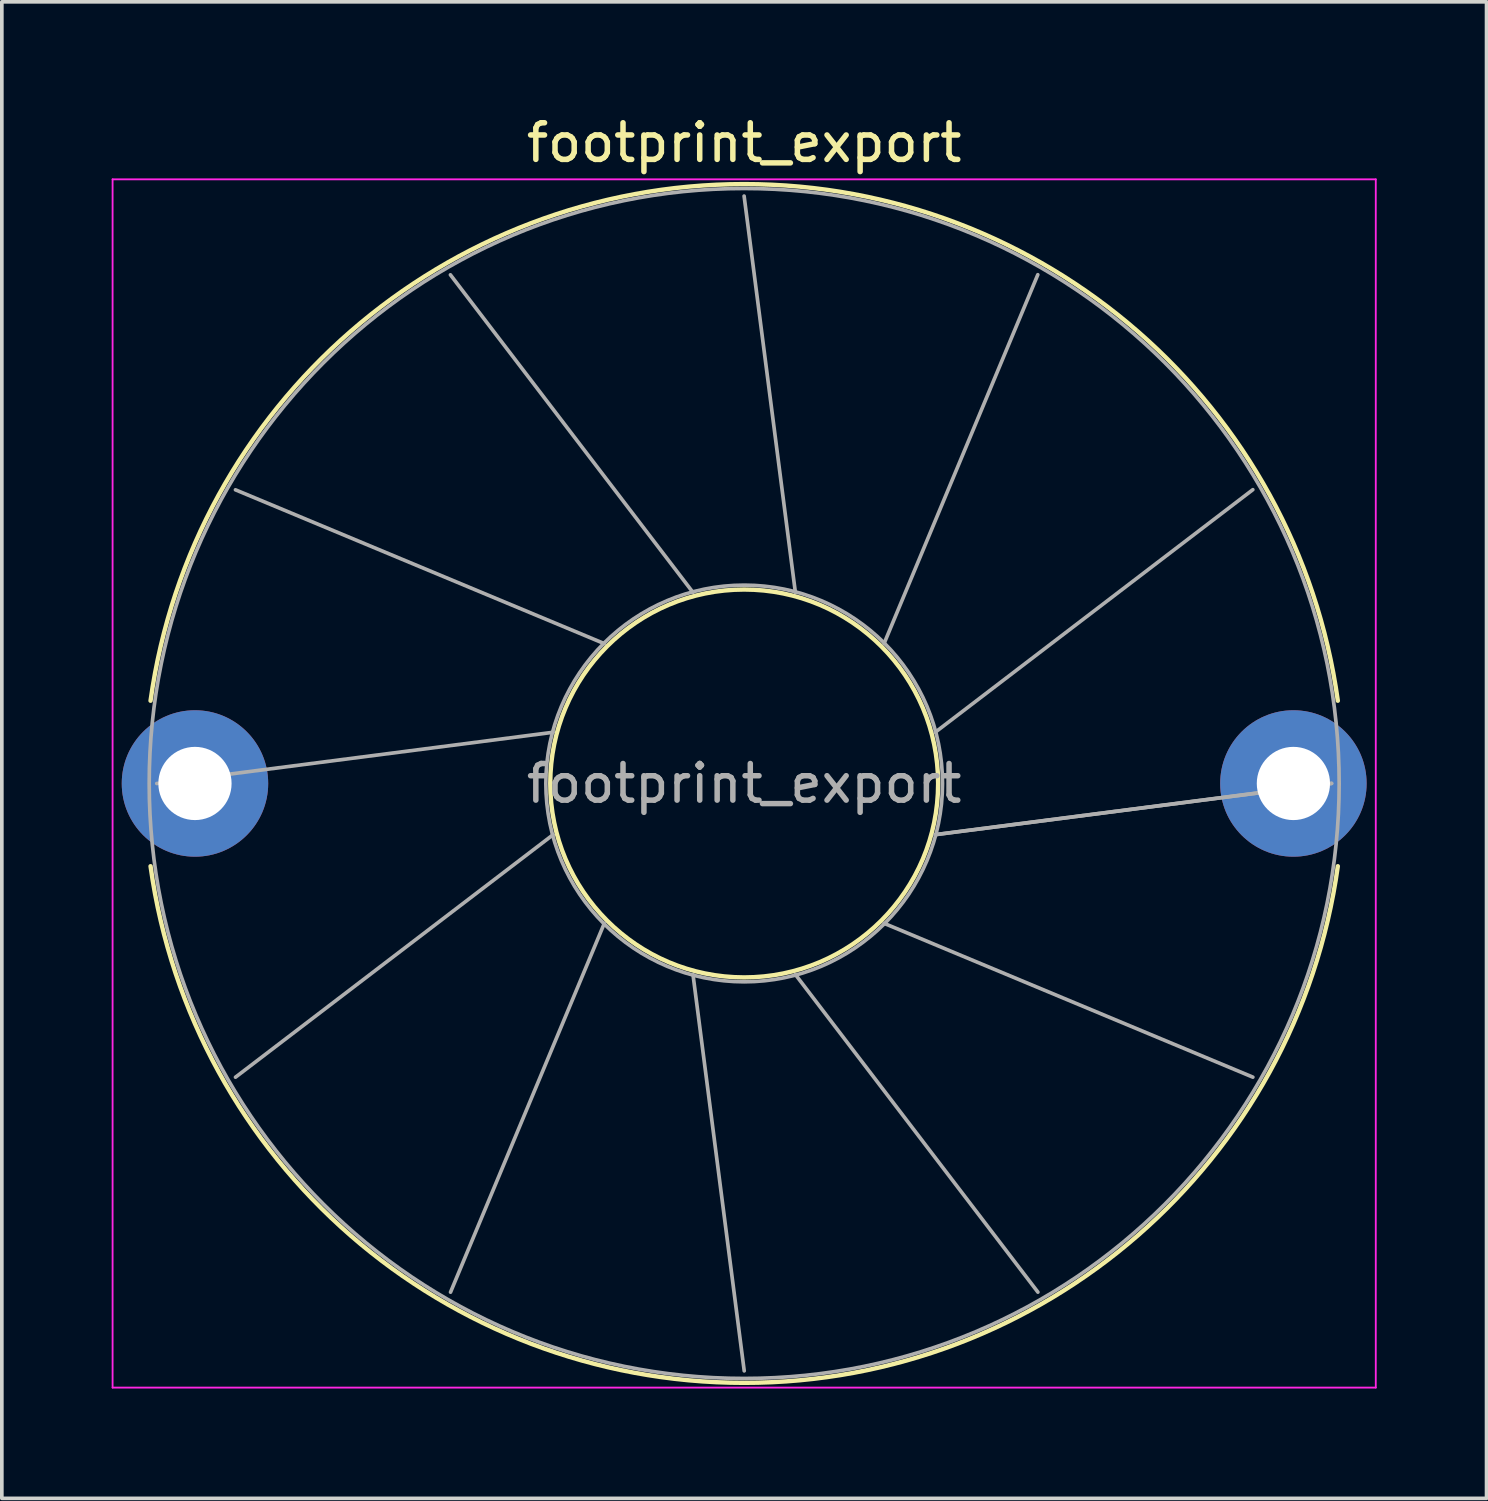
<source format=kicad_pcb>
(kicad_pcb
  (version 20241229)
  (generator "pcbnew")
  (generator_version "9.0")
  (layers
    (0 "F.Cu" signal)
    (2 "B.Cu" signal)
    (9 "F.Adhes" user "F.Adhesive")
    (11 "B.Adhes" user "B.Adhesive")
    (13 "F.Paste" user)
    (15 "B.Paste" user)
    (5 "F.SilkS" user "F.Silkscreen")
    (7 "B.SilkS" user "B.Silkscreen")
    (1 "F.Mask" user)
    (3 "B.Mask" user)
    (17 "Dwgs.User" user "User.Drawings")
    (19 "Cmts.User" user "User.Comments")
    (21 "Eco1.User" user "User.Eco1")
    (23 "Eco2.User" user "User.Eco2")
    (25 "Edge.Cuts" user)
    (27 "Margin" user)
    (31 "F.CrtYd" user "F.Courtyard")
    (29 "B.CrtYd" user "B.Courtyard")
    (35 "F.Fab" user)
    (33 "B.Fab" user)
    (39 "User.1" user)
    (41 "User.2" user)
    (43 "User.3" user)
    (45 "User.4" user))
  (footprint "footprint_export"
    (layer "F.Cu")
    (at 2.275 18.348)
    (property "Reference" "footprint_export" (at 15 -17.5 0) (layer "F.SilkS") (effects (font (size 1 1) (thickness 0.15))))
    (attr through_hole)
    (fp_arc (start -1.213245 -2.26) (mid 15 -16.37) (end 31.213245 -2.26) (stroke (width 0.12) (type solid)) (layer "F.SilkS"))
    (fp_arc (start 31.213245 2.26) (mid 15 16.37) (end -1.213245 2.26) (stroke (width 0.12) (type solid)) (layer "F.SilkS"))
    (fp_circle (center 15 0) (end 20.297 0) (stroke (width 0.12) (type solid)) (fill no) (layer "F.SilkS"))
    (fp_line (start -2.25 -16.5) (end -2.25 16.5) (stroke (width 0.05) (type solid)) (layer "F.CrtYd"))
    (fp_line (start -2.25 16.5) (end 32.25 16.5) (stroke (width 0.05) (type solid)) (layer "F.CrtYd"))
    (fp_line (start 32.25 -16.5) (end -2.25 -16.5) (stroke (width 0.05) (type solid)) (layer "F.CrtYd"))
    (fp_line (start 32.25 16.5) (end 32.25 -16.5) (stroke (width 0.05) (type solid)) (layer "F.CrtYd"))
    (fp_line (start -1.043 0.001) (end 9.781 -1.398) (stroke (width 0.1) (type solid)) (layer "F.Fab"))
    (fp_line (start 1.106 -8.02) (end 11.179 -3.82) (stroke (width 0.1) (type solid)) (layer "F.Fab"))
    (fp_line (start 1.107 8.022) (end 9.782 1.399) (stroke (width 0.1) (type solid)) (layer "F.Fab"))
    (fp_line (start 6.977 -13.892) (end 13.601 -5.218) (stroke (width 0.1) (type solid)) (layer "F.Fab"))
    (fp_line (start 6.98 13.894) (end 11.18 3.82) (stroke (width 0.1) (type solid)) (layer "F.Fab"))
    (fp_line (start 14.998 -16.043) (end 16.398 -5.219) (stroke (width 0.1) (type solid)) (layer "F.Fab"))
    (fp_line (start 15.001 16.043) (end 13.602 5.219) (stroke (width 0.1) (type solid)) (layer "F.Fab"))
    (fp_line (start 23.019 -13.895) (end 18.82 -3.821) (stroke (width 0.1) (type solid)) (layer "F.Fab"))
    (fp_line (start 23.022 13.893) (end 16.398 5.218) (stroke (width 0.1) (type solid)) (layer "F.Fab"))
    (fp_line (start 28.892 -8.024) (end 20.218 -1.399) (stroke (width 0.1) (type solid)) (layer "F.Fab"))
    (fp_line (start 28.893 8.021) (end 18.82 3.82) (stroke (width 0.1) (type solid)) (layer "F.Fab"))
    (fp_line (start 31.043 -0.003) (end 20.219 1.397) (stroke (width 0.1) (type solid)) (layer "F.Fab"))
    (fp_line (start 31.043 0) (end 20.219 1.398) (stroke (width 0.1) (type solid)) (layer "F.Fab"))
    (fp_circle (center 15 0) (end 20.417 0) (stroke (width 0.1) (type solid)) (fill no) (layer "F.Fab"))
    (fp_circle (center 15 0) (end 31.25 0) (stroke (width 0.1) (type solid)) (fill no) (layer "F.Fab"))
    (fp_text user "${REFERENCE}" (at 15 0 0) (layer "F.Fab") (effects (font (size 1 1) (thickness 0.15))))
    (pad "1" thru_hole circle (at 0 0) (size 4 4) (drill 2) (layers "*.Cu" "*.Mask"))
    (pad "2" thru_hole circle (at 30 0) (size 4 4) (drill 2) (layers "*.Cu" "*.Mask")))
  (gr_rect
    (start -3 -3)
    (end 37.55 37.873)
    (stroke (width 0.1) (type default))
    (fill no)
    (layer "Edge.Cuts")))
</source>
